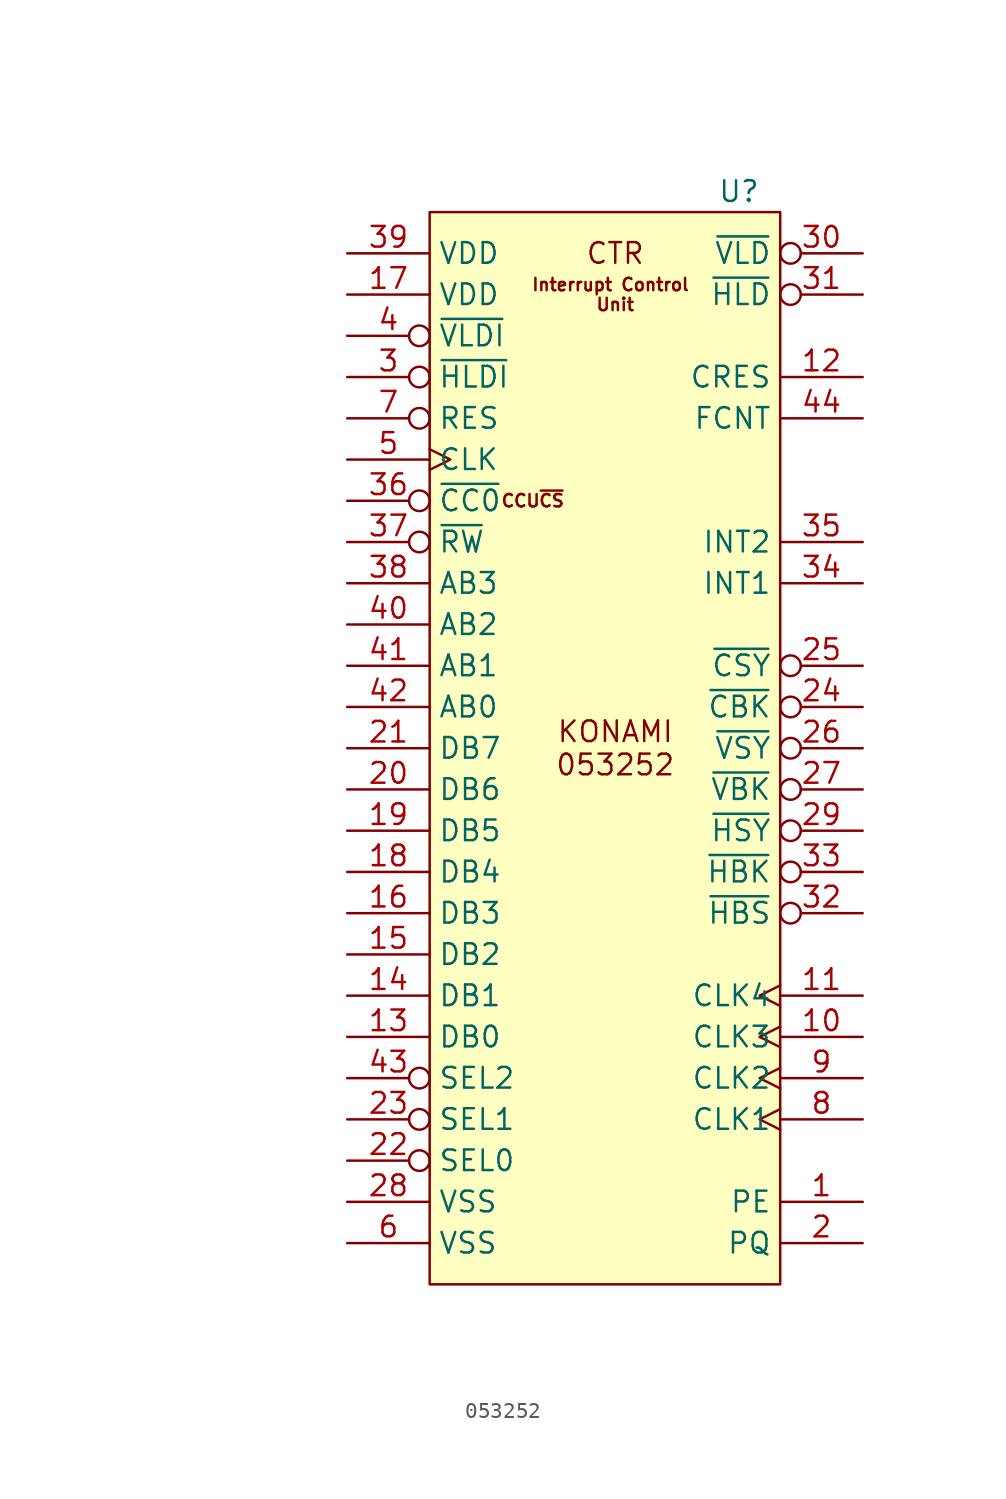
<source format=kicad_sym>
(kicad_symbol_lib
  (version 20231120)
  (generator "kicad_symbol_editor")
  (generator_version "8.0")
  (symbol "053252"
    (property "Reference" "U"
      (at 7.62 34.29 0)
      (effects (font (size 1.27 1.27))))
    (property "Value" ""
      (at -29.21 2.54 0)
      (effects (font (size 1.27 1.27))))
    (symbol "053252_1_1"
      (rectangle (start -11.43 33.02) (end 10.16 -33.02) (stroke (width 0) (type default)) (fill (type background)))
      (text "CCU~{CS}" (at -5.08 15.24 0) (effects (font (size 0.762 0.762))))
      (text "CTR" (at 0 30.48 0) (effects (font (size 1.27 1.27))))
      (text "Interrupt Control \nUnit" (at 0 27.94 0) (effects (font (size 0.762 0.762))))
      (text "KONAMI\n053252" (at 0 0 0) (effects (font (size 1.27 1.27))))
      (pin output line (at 15.24 -27.94 180) (length 5.08) (name "PE" (effects (font (size 1.27 1.27)))) (number "1" (effects (font (size 1.27 1.27)))))
      (pin output clock (at 15.24 -17.78 180) (length 5.08) (name "CLK3" (effects (font (size 1.27 1.27)))) (number "10" (effects (font (size 1.27 1.27)))))
      (pin output clock (at 15.24 -15.24 180) (length 5.08) (name "CLK4" (effects (font (size 1.27 1.27)))) (number "11" (effects (font (size 1.27 1.27)))))
      (pin output line (at 15.24 22.86 180) (length 5.08) (name "CRES" (effects (font (size 1.27 1.27)))) (number "12" (effects (font (size 1.27 1.27)))))
      (pin tri_state line (at -16.51 -17.78 0) (length 5.08) (name "DB0" (effects (font (size 1.27 1.27)))) (number "13" (effects (font (size 1.27 1.27)))))
      (pin tri_state line (at -16.51 -15.24 0) (length 5.08) (name "DB1" (effects (font (size 1.27 1.27)))) (number "14" (effects (font (size 1.27 1.27)))))
      (pin tri_state line (at -16.51 -12.7 0) (length 5.08) (name "DB2" (effects (font (size 1.27 1.27)))) (number "15" (effects (font (size 1.27 1.27)))))
      (pin tri_state line (at -16.51 -10.16 0) (length 5.08) (name "DB3" (effects (font (size 1.27 1.27)))) (number "16" (effects (font (size 1.27 1.27)))))
      (pin power_in line (at -16.51 27.94 0) (length 5.08) (name "VDD" (effects (font (size 1.27 1.27)))) (number "17" (effects (font (size 1.27 1.27)))))
      (pin tri_state line (at -16.51 -7.62 0) (length 5.08) (name "DB4" (effects (font (size 1.27 1.27)))) (number "18" (effects (font (size 1.27 1.27)))))
      (pin tri_state line (at -16.51 -5.08 0) (length 5.08) (name "DB5" (effects (font (size 1.27 1.27)))) (number "19" (effects (font (size 1.27 1.27)))))
      (pin output line (at 15.24 -30.48 180) (length 5.08) (name "PQ" (effects (font (size 1.27 1.27)))) (number "2" (effects (font (size 1.27 1.27)))))
      (pin tri_state line (at -16.51 -2.54 0) (length 5.08) (name "DB6" (effects (font (size 1.27 1.27)))) (number "20" (effects (font (size 1.27 1.27)))))
      (pin tri_state line (at -16.51 0 0) (length 5.08) (name "DB7" (effects (font (size 1.27 1.27)))) (number "21" (effects (font (size 1.27 1.27)))))
      (pin output inverted (at -16.51 -25.4 0) (length 5.08) (name "SEL0" (effects (font (size 1.27 1.27)))) (number "22" (effects (font (size 1.27 1.27)))))
      (pin output inverted (at -16.51 -22.86 0) (length 5.08) (name "SEL1" (effects (font (size 1.27 1.27)))) (number "23" (effects (font (size 1.27 1.27)))))
      (pin output inverted (at 15.24 2.54 180) (length 5.08) (name "~{CBK}" (effects (font (size 1.27 1.27)))) (number "24" (effects (font (size 1.27 1.27)))))
      (pin output inverted (at 15.24 5.08 180) (length 5.08) (name "~{CSY}" (effects (font (size 1.27 1.27)))) (number "25" (effects (font (size 1.27 1.27)))))
      (pin output inverted (at 15.24 0 180) (length 5.08) (name "~{VSY}" (effects (font (size 1.27 1.27)))) (number "26" (effects (font (size 1.27 1.27)))))
      (pin output inverted (at 15.24 -2.54 180) (length 5.08) (name "~{VBK}" (effects (font (size 1.27 1.27)))) (number "27" (effects (font (size 1.27 1.27)))))
      (pin power_in line (at -16.51 -27.94 0) (length 5.08) (name "VSS" (effects (font (size 1.27 1.27)))) (number "28" (effects (font (size 1.27 1.27)))))
      (pin output inverted (at 15.24 -5.08 180) (length 5.08) (name "~{HSY}" (effects (font (size 1.27 1.27)))) (number "29" (effects (font (size 1.27 1.27)))))
      (pin input inverted (at -16.51 22.86 0) (length 5.08) (name "~{HLDI}" (effects (font (size 1.27 1.27)))) (number "3" (effects (font (size 1.27 1.27)))))
      (pin output inverted (at 15.24 30.48 180) (length 5.08) (name "~{VLD}" (effects (font (size 1.27 1.27)))) (number "30" (effects (font (size 1.27 1.27)))))
      (pin output inverted (at 15.24 27.94 180) (length 5.08) (name "~{HLD}" (effects (font (size 1.27 1.27)))) (number "31" (effects (font (size 1.27 1.27)))))
      (pin output inverted (at 15.24 -10.16 180) (length 5.08) (name "~{HBS}" (effects (font (size 1.27 1.27)))) (number "32" (effects (font (size 1.27 1.27)))))
      (pin output inverted (at 15.24 -7.62 180) (length 5.08) (name "~{HBK}" (effects (font (size 1.27 1.27)))) (number "33" (effects (font (size 1.27 1.27)))))
      (pin output line (at 15.24 10.16 180) (length 5.08) (name "INT1" (effects (font (size 1.27 1.27)))) (number "34" (effects (font (size 1.27 1.27)))))
      (pin output line (at 15.24 12.7 180) (length 5.08) (name "INT2" (effects (font (size 1.27 1.27)))) (number "35" (effects (font (size 1.27 1.27)))))
      (pin input inverted (at -16.51 15.24 0) (length 5.08) (name "~{CC0}" (effects (font (size 1.27 1.27)))) (number "36" (effects (font (size 1.27 1.27)))))
      (pin input inverted (at -16.51 12.7 0) (length 5.08) (name "~{RW}" (effects (font (size 1.27 1.27)))) (number "37" (effects (font (size 1.27 1.27)))))
      (pin input line (at -16.51 10.16 0) (length 5.08) (name "AB3" (effects (font (size 1.27 1.27)))) (number "38" (effects (font (size 1.27 1.27)))))
      (pin power_in line (at -16.51 30.48 0) (length 5.08) (name "VDD" (effects (font (size 1.27 1.27)))) (number "39" (effects (font (size 1.27 1.27)))))
      (pin input inverted (at -16.51 25.4 0) (length 5.08) (name "~{VLDI}" (effects (font (size 1.27 1.27)))) (number "4" (effects (font (size 1.27 1.27)))))
      (pin input line (at -16.51 7.62 0) (length 5.08) (name "AB2" (effects (font (size 1.27 1.27)))) (number "40" (effects (font (size 1.27 1.27)))))
      (pin input line (at -16.51 5.08 0) (length 5.08) (name "AB1" (effects (font (size 1.27 1.27)))) (number "41" (effects (font (size 1.27 1.27)))))
      (pin input line (at -16.51 2.54 0) (length 5.08) (name "AB0" (effects (font (size 1.27 1.27)))) (number "42" (effects (font (size 1.27 1.27)))))
      (pin output inverted (at -16.51 -20.32 0) (length 5.08) (name "SEL2" (effects (font (size 1.27 1.27)))) (number "43" (effects (font (size 1.27 1.27)))))
      (pin output line (at 15.24 20.32 180) (length 5.08) (name "FCNT" (effects (font (size 1.27 1.27)))) (number "44" (effects (font (size 1.27 1.27)))))
      (pin input clock (at -16.51 17.78 0) (length 5.08) (name "CLK" (effects (font (size 1.27 1.27)))) (number "5" (effects (font (size 1.27 1.27)))))
      (pin power_in line (at -16.51 -30.48 0) (length 5.08) (name "VSS" (effects (font (size 1.27 1.27)))) (number "6" (effects (font (size 1.27 1.27)))))
      (pin input inverted (at -16.51 20.32 0) (length 5.08) (name "RES" (effects (font (size 1.27 1.27)))) (number "7" (effects (font (size 1.27 1.27)))))
      (pin output clock (at 15.24 -22.86 180) (length 5.08) (name "CLK1" (effects (font (size 1.27 1.27)))) (number "8" (effects (font (size 1.27 1.27)))))
      (pin output clock (at 15.24 -20.32 180) (length 5.08) (name "CLK2" (effects (font (size 1.27 1.27)))) (number "9" (effects (font (size 1.27 1.27))))))))
</source>
